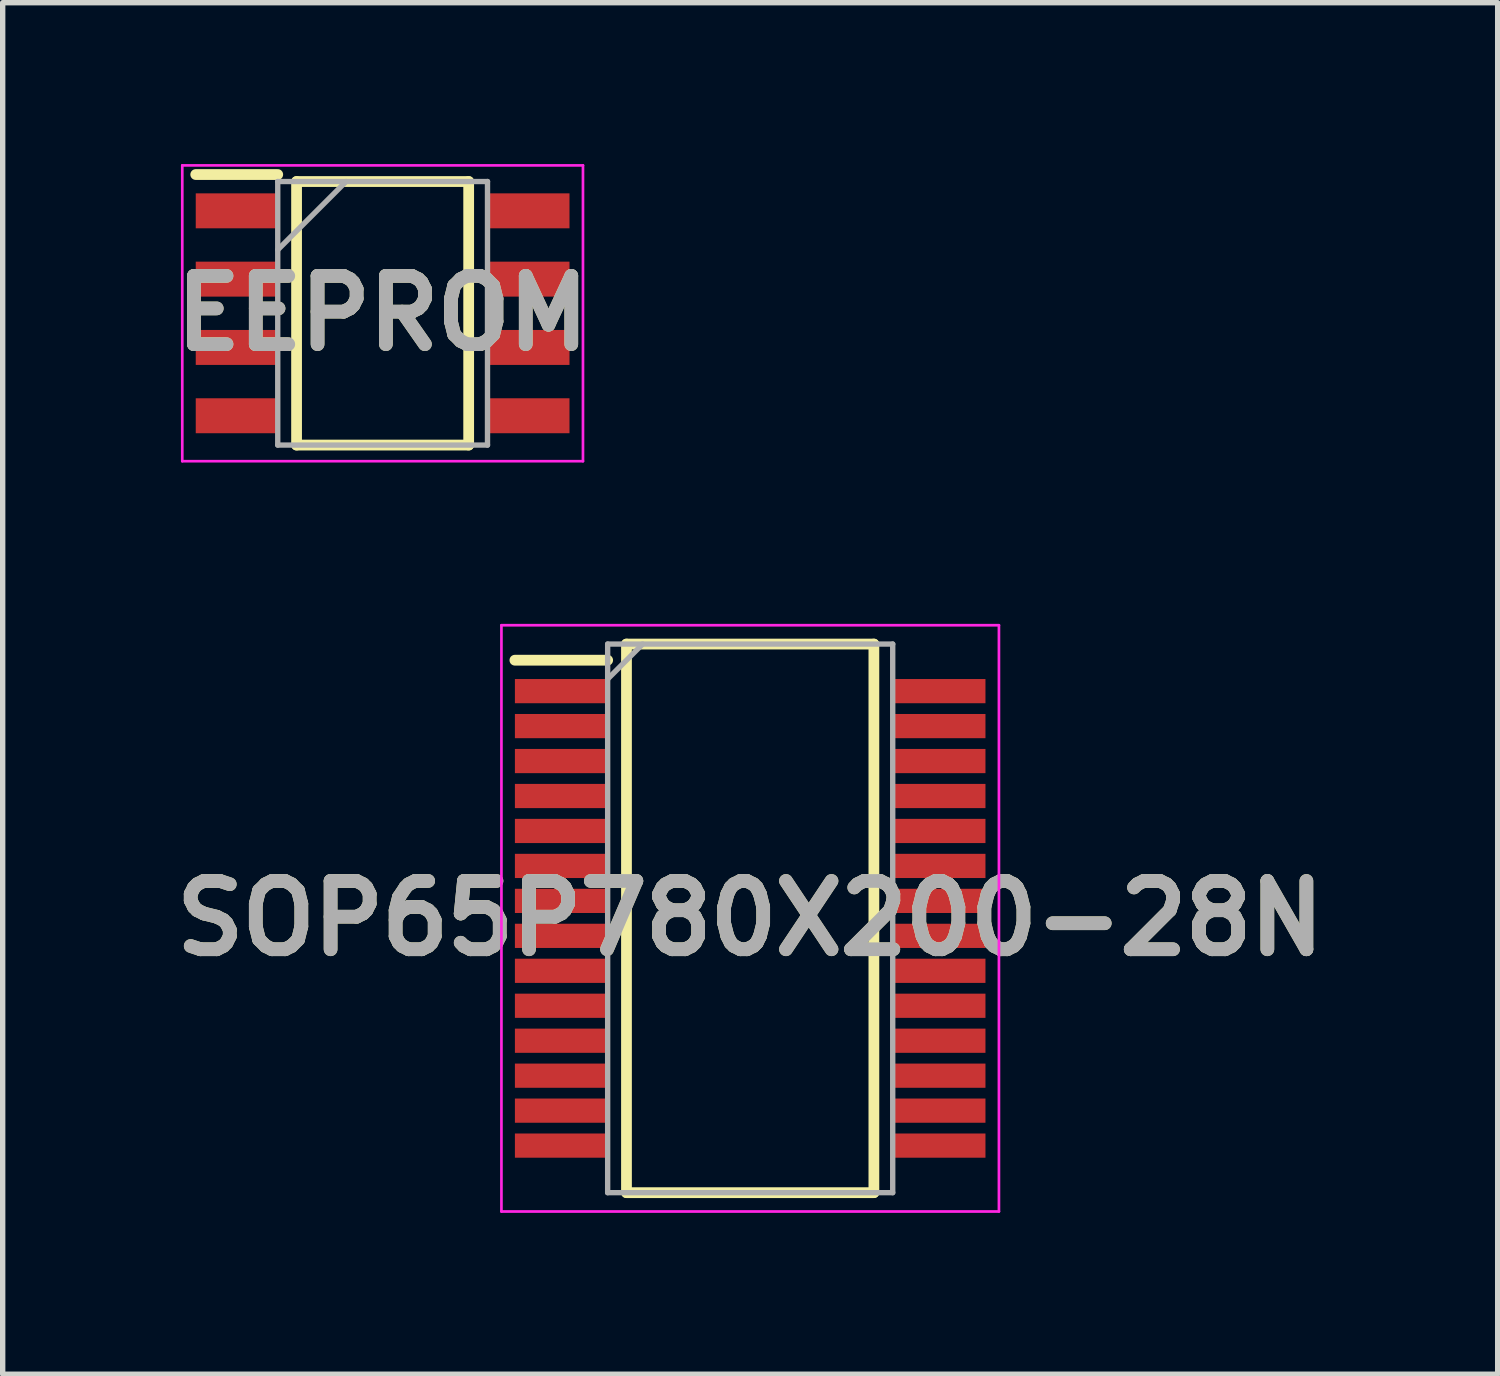
<source format=kicad_pcb>
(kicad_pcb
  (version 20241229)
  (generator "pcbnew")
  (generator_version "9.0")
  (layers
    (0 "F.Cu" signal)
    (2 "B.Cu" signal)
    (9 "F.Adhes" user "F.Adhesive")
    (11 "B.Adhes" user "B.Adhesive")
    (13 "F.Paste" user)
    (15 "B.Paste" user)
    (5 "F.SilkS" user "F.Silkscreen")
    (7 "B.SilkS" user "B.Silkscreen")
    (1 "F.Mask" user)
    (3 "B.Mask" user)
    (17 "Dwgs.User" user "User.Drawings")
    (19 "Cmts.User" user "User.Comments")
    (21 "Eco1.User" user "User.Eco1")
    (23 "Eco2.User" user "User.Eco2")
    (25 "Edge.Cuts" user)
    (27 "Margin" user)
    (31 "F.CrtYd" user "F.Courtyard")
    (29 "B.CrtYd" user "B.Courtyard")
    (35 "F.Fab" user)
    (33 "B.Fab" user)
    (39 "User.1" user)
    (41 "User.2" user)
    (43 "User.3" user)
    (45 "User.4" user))
  (footprint "EEPROM"
    (layer "F.Cu")
    (at 4.064 2.775)
    (property "Reference" "EEPROM" (at 0 0 0) (layer "F.SilkS") (effects (font (size 1.27 1.27) (thickness 0.254))))
    (attr smd)
    (fp_line (start -3.475 -2.58) (end -1.95 -2.58) (stroke (width 0.2) (type solid)) (layer "F.SilkS"))
    (fp_line (start -1.6 -2.45) (end 1.6 -2.45) (stroke (width 0.2) (type solid)) (layer "F.SilkS"))
    (fp_line (start -1.6 2.45) (end -1.6 -2.45) (stroke (width 0.2) (type solid)) (layer "F.SilkS"))
    (fp_line (start 1.6 -2.45) (end 1.6 2.45) (stroke (width 0.2) (type solid)) (layer "F.SilkS"))
    (fp_line (start 1.6 2.45) (end -1.6 2.45) (stroke (width 0.2) (type solid)) (layer "F.SilkS"))
    (fp_line (start -3.725 -2.75) (end 3.725 -2.75) (stroke (width 0.05) (type solid)) (layer "F.CrtYd"))
    (fp_line (start -3.725 2.75) (end -3.725 -2.75) (stroke (width 0.05) (type solid)) (layer "F.CrtYd"))
    (fp_line (start 3.725 -2.75) (end 3.725 2.75) (stroke (width 0.05) (type solid)) (layer "F.CrtYd"))
    (fp_line (start 3.725 2.75) (end -3.725 2.75) (stroke (width 0.05) (type solid)) (layer "F.CrtYd"))
    (fp_line (start -1.95 -2.45) (end 1.95 -2.45) (stroke (width 0.1) (type solid)) (layer "F.Fab"))
    (fp_line (start -1.95 -1.18) (end -0.68 -2.45) (stroke (width 0.1) (type solid)) (layer "F.Fab"))
    (fp_line (start -1.95 2.45) (end -1.95 -2.45) (stroke (width 0.1) (type solid)) (layer "F.Fab"))
    (fp_line (start 1.95 -2.45) (end 1.95 2.45) (stroke (width 0.1) (type solid)) (layer "F.Fab"))
    (fp_line (start 1.95 2.45) (end -1.95 2.45) (stroke (width 0.1) (type solid)) (layer "F.Fab"))
    (fp_text user "${REFERENCE}" (at 0 0 0) (layer "F.Fab") (effects (font (size 1.27 1.27) (thickness 0.254))))
    (pad "1" smd rect (at -2.712 -1.905 90) (size 0.65 1.525) (layers "F.Cu" "F.Mask" "F.Paste"))
    (pad "2" smd rect (at -2.712 -0.635 90) (size 0.65 1.525) (layers "F.Cu" "F.Mask" "F.Paste"))
    (pad "3" smd rect (at -2.712 0.635 90) (size 0.65 1.525) (layers "F.Cu" "F.Mask" "F.Paste"))
    (pad "4" smd rect (at -2.712 1.905 90) (size 0.65 1.525) (layers "F.Cu" "F.Mask" "F.Paste"))
    (pad "5" smd rect (at 2.712 1.905 90) (size 0.65 1.525) (layers "F.Cu" "F.Mask" "F.Paste"))
    (pad "6" smd rect (at 2.712 0.635 90) (size 0.65 1.525) (layers "F.Cu" "F.Mask" "F.Paste"))
    (pad "7" smd rect (at 2.712 -0.635 90) (size 0.65 1.525) (layers "F.Cu" "F.Mask" "F.Paste"))
    (pad "8" smd rect (at 2.712 -1.905 90) (size 0.65 1.525) (layers "F.Cu" "F.Mask" "F.Paste")))
  (footprint "SOP65P780X200-28N"
    (layer "F.Cu")
    (at 10.898 14.025)
    (property "Reference" "SOP65P780X200-28N" (at 0 0 0) (layer "F.SilkS") (effects (font (size 1.27 1.27) (thickness 0.254))))
    (attr smd)
    (fp_line (start -4.375 -4.8) (end -2.65 -4.8) (stroke (width 0.2) (type solid)) (layer "F.SilkS"))
    (fp_line (start -2.3 -5.1) (end 2.3 -5.1) (stroke (width 0.2) (type solid)) (layer "F.SilkS"))
    (fp_line (start -2.3 5.1) (end -2.3 -5.1) (stroke (width 0.2) (type solid)) (layer "F.SilkS"))
    (fp_line (start 2.3 -5.1) (end 2.3 5.1) (stroke (width 0.2) (type solid)) (layer "F.SilkS"))
    (fp_line (start 2.3 5.1) (end -2.3 5.1) (stroke (width 0.2) (type solid)) (layer "F.SilkS"))
    (fp_line (start -4.625 -5.45) (end 4.625 -5.45) (stroke (width 0.05) (type solid)) (layer "F.CrtYd"))
    (fp_line (start -4.625 5.45) (end -4.625 -5.45) (stroke (width 0.05) (type solid)) (layer "F.CrtYd"))
    (fp_line (start 4.625 -5.45) (end 4.625 5.45) (stroke (width 0.05) (type solid)) (layer "F.CrtYd"))
    (fp_line (start 4.625 5.45) (end -4.625 5.45) (stroke (width 0.05) (type solid)) (layer "F.CrtYd"))
    (fp_line (start -2.65 -5.1) (end 2.65 -5.1) (stroke (width 0.1) (type solid)) (layer "F.Fab"))
    (fp_line (start -2.65 -4.45) (end -2 -5.1) (stroke (width 0.1) (type solid)) (layer "F.Fab"))
    (fp_line (start -2.65 5.1) (end -2.65 -5.1) (stroke (width 0.1) (type solid)) (layer "F.Fab"))
    (fp_line (start 2.65 -5.1) (end 2.65 5.1) (stroke (width 0.1) (type solid)) (layer "F.Fab"))
    (fp_line (start 2.65 5.1) (end -2.65 5.1) (stroke (width 0.1) (type solid)) (layer "F.Fab"))
    (fp_text user "${REFERENCE}" (at 0 0 0) (layer "F.Fab") (effects (font (size 1.27 1.27) (thickness 0.254))))
    (pad "1" smd rect (at -3.512 -4.225 90) (size 0.45 1.725) (layers "F.Cu" "F.Mask" "F.Paste"))
    (pad "2" smd rect (at -3.512 -3.575 90) (size 0.45 1.725) (layers "F.Cu" "F.Mask" "F.Paste"))
    (pad "3" smd rect (at -3.512 -2.925 90) (size 0.45 1.725) (layers "F.Cu" "F.Mask" "F.Paste"))
    (pad "4" smd rect (at -3.512 -2.275 90) (size 0.45 1.725) (layers "F.Cu" "F.Mask" "F.Paste"))
    (pad "5" smd rect (at -3.512 -1.625 90) (size 0.45 1.725) (layers "F.Cu" "F.Mask" "F.Paste"))
    (pad "6" smd rect (at -3.512 -0.975 90) (size 0.45 1.725) (layers "F.Cu" "F.Mask" "F.Paste"))
    (pad "7" smd rect (at -3.512 -0.325 90) (size 0.45 1.725) (layers "F.Cu" "F.Mask" "F.Paste"))
    (pad "8" smd rect (at -3.512 0.325 90) (size 0.45 1.725) (layers "F.Cu" "F.Mask" "F.Paste"))
    (pad "9" smd rect (at -3.512 0.975 90) (size 0.45 1.725) (layers "F.Cu" "F.Mask" "F.Paste"))
    (pad "10" smd rect (at -3.512 1.625 90) (size 0.45 1.725) (layers "F.Cu" "F.Mask" "F.Paste"))
    (pad "11" smd rect (at -3.512 2.275 90) (size 0.45 1.725) (layers "F.Cu" "F.Mask" "F.Paste"))
    (pad "12" smd rect (at -3.512 2.925 90) (size 0.45 1.725) (layers "F.Cu" "F.Mask" "F.Paste"))
    (pad "13" smd rect (at -3.512 3.575 90) (size 0.45 1.725) (layers "F.Cu" "F.Mask" "F.Paste"))
    (pad "14" smd rect (at -3.512 4.225 90) (size 0.45 1.725) (layers "F.Cu" "F.Mask" "F.Paste"))
    (pad "15" smd rect (at 3.512 4.225 90) (size 0.45 1.725) (layers "F.Cu" "F.Mask" "F.Paste"))
    (pad "16" smd rect (at 3.512 3.575 90) (size 0.45 1.725) (layers "F.Cu" "F.Mask" "F.Paste"))
    (pad "17" smd rect (at 3.512 2.925 90) (size 0.45 1.725) (layers "F.Cu" "F.Mask" "F.Paste"))
    (pad "18" smd rect (at 3.512 2.275 90) (size 0.45 1.725) (layers "F.Cu" "F.Mask" "F.Paste"))
    (pad "19" smd rect (at 3.512 1.625 90) (size 0.45 1.725) (layers "F.Cu" "F.Mask" "F.Paste"))
    (pad "20" smd rect (at 3.512 0.975 90) (size 0.45 1.725) (layers "F.Cu" "F.Mask" "F.Paste"))
    (pad "21" smd rect (at 3.512 0.325 90) (size 0.45 1.725) (layers "F.Cu" "F.Mask" "F.Paste"))
    (pad "22" smd rect (at 3.512 -0.325 90) (size 0.45 1.725) (layers "F.Cu" "F.Mask" "F.Paste"))
    (pad "23" smd rect (at 3.512 -0.975 90) (size 0.45 1.725) (layers "F.Cu" "F.Mask" "F.Paste"))
    (pad "24" smd rect (at 3.512 -1.625 90) (size 0.45 1.725) (layers "F.Cu" "F.Mask" "F.Paste"))
    (pad "25" smd rect (at 3.512 -2.275 90) (size 0.45 1.725) (layers "F.Cu" "F.Mask" "F.Paste"))
    (pad "26" smd rect (at 3.512 -2.925 90) (size 0.45 1.725) (layers "F.Cu" "F.Mask" "F.Paste"))
    (pad "27" smd rect (at 3.512 -3.575 90) (size 0.45 1.725) (layers "F.Cu" "F.Mask" "F.Paste"))
    (pad "28" smd rect (at 3.512 -4.225 90) (size 0.45 1.725) (layers "F.Cu" "F.Mask" "F.Paste")))
  (gr_rect
    (start -3 -3)
    (end 24.796 22.5)
    (stroke (width 0.1) (type default))
    (fill no)
    (layer "Edge.Cuts")))
</source>
